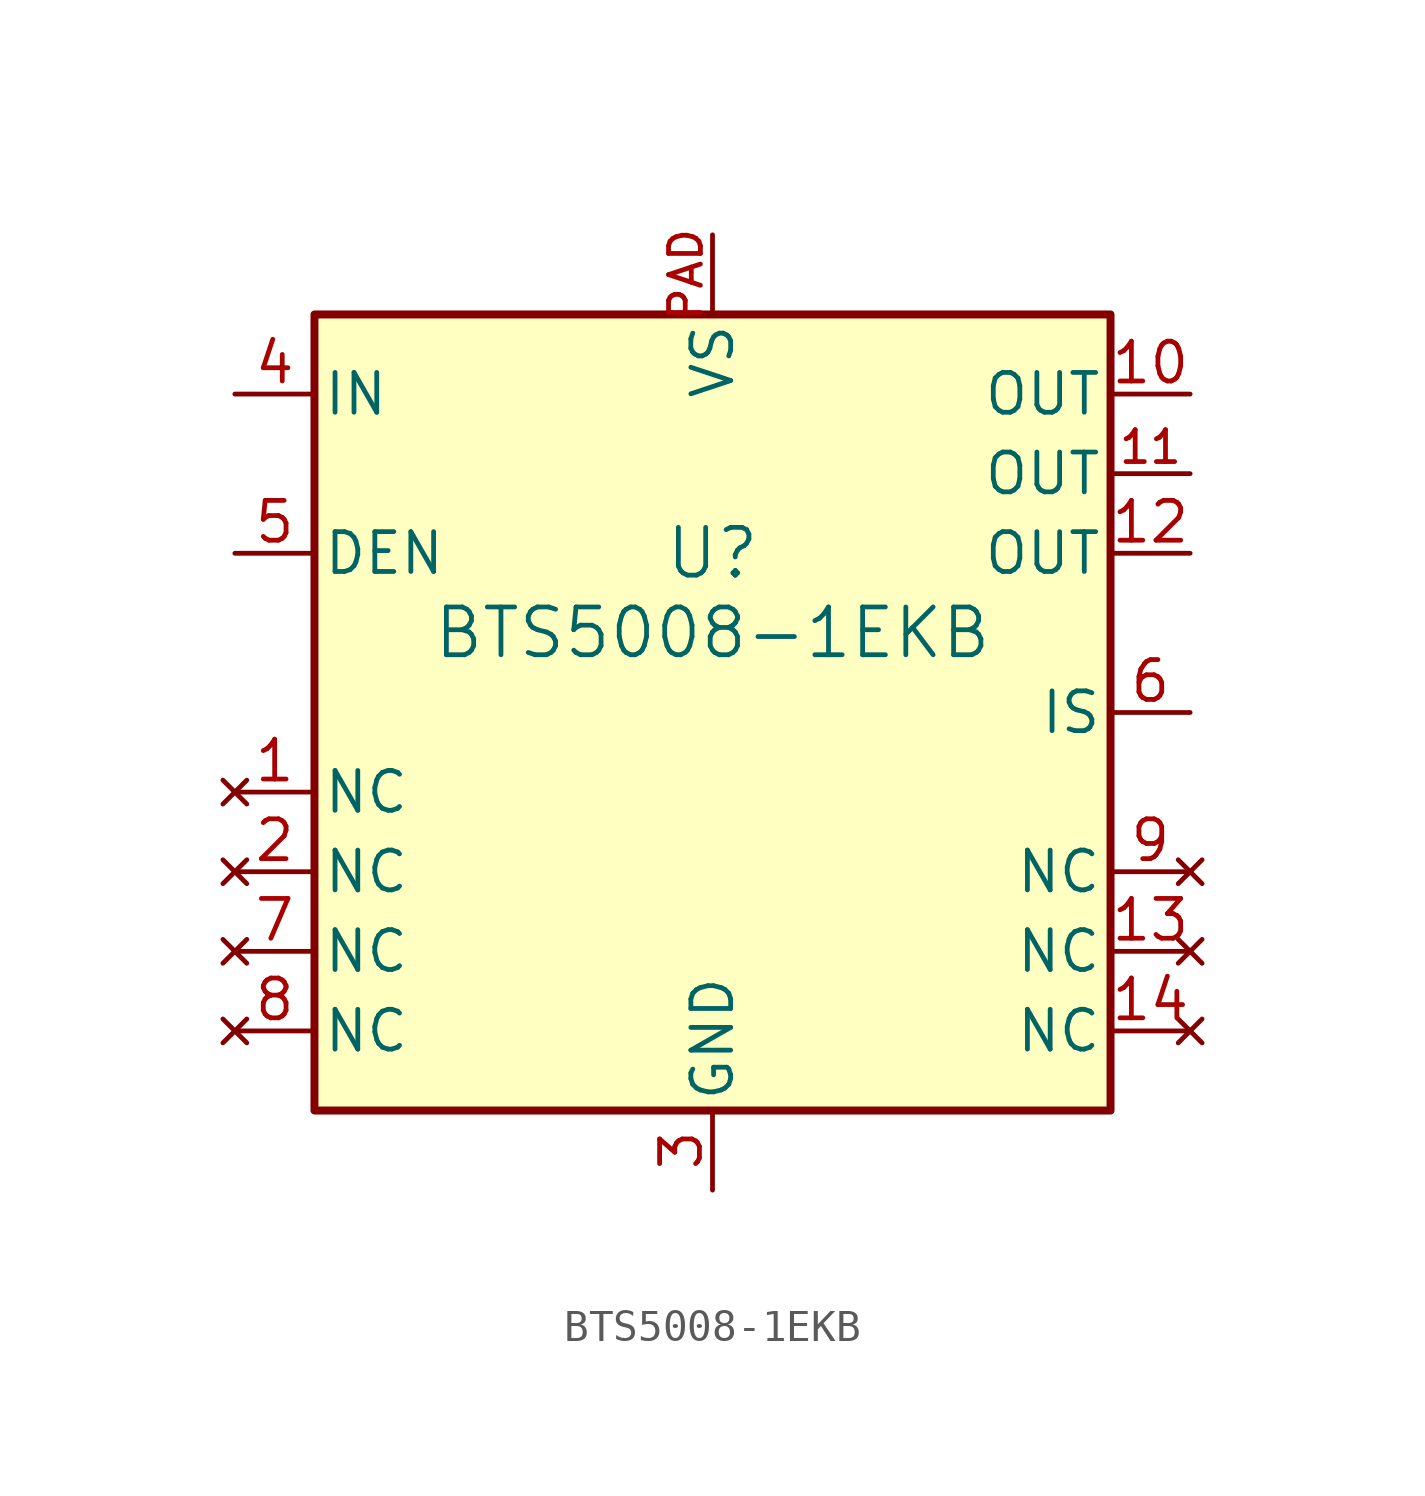
<source format=kicad_sym>
(kicad_symbol_lib
  (version 20220914)
  (generator kicad_symbol_editor)
  (symbol "BTS5008-1EKB"
    (pin_names
      (offset 0.254))
    (property "Reference" "U"
      (at 0 5.08 0)
      (effects (font (size 1.524 1.524))))
    (property "Value" "BTS5008-1EKB"
      (at 0 2.54 0)
      (effects (font (size 1.524 1.524))))
    (symbol "BTS5008-1EKB_1_1"
      (rectangle (start -12.7 12.7) (end 12.7 -12.7) (stroke (width 0.254) (type solid)) (fill (type background)))
      (pin no_connect line (at -15.24 -2.54 0) (length 2.54) (name "NC" (effects (font (size 1.27 1.27)))) (number "1" (effects (font (size 1.27 1.27)))))
      (pin power_out line (at 15.24 10.16 180) (length 2.54) (name "OUT" (effects (font (size 1.27 1.27)))) (number "10" (effects (font (size 1.27 1.27)))))
      (pin power_out line (at 15.24 7.62 180) (length 2.54) (name "OUT" (effects (font (size 1.27 1.27)))) (number "11" (effects (font (size 1.016 1.016)))))
      (pin power_out line (at 15.24 5.08 180) (length 2.54) (name "OUT" (effects (font (size 1.27 1.27)))) (number "12" (effects (font (size 1.27 1.27)))))
      (pin no_connect line (at 15.24 -7.62 180) (length 2.54) (name "NC" (effects (font (size 1.27 1.27)))) (number "13" (effects (font (size 1.27 1.27)))))
      (pin no_connect line (at 15.24 -10.16 180) (length 2.54) (name "NC" (effects (font (size 1.27 1.27)))) (number "14" (effects (font (size 1.27 1.27)))))
      (pin no_connect line (at -15.24 -5.08 0) (length 2.54) (name "NC" (effects (font (size 1.27 1.27)))) (number "2" (effects (font (size 1.27 1.27)))))
      (pin power_in line (at 0 -15.24 90) (length 2.54) (name "GND" (effects (font (size 1.27 1.27)))) (number "3" (effects (font (size 1.27 1.27)))))
      (pin input line (at -15.24 10.16 0) (length 2.54) (name "IN" (effects (font (size 1.27 1.27)))) (number "4" (effects (font (size 1.27 1.27)))))
      (pin input line (at -15.24 5.08 0) (length 2.54) (name "DEN" (effects (font (size 1.27 1.27)))) (number "5" (effects (font (size 1.27 1.27)))))
      (pin output line (at 15.24 0 180) (length 2.54) (name "IS" (effects (font (size 1.27 1.27)))) (number "6" (effects (font (size 1.27 1.27)))))
      (pin no_connect line (at -15.24 -7.62 0) (length 2.54) (name "NC" (effects (font (size 1.27 1.27)))) (number "7" (effects (font (size 1.27 1.27)))))
      (pin no_connect line (at -15.24 -10.16 0) (length 2.54) (name "NC" (effects (font (size 1.27 1.27)))) (number "8" (effects (font (size 1.27 1.27)))))
      (pin no_connect line (at 15.24 -5.08 180) (length 2.54) (name "NC" (effects (font (size 1.27 1.27)))) (number "9" (effects (font (size 1.27 1.27)))))
      (pin power_in line (at 0 15.24 270) (length 2.54) (name "VS" (effects (font (size 1.27 1.27)))) (number "PAD" (effects (font (size 1.016 1.016))))))))
</source>
